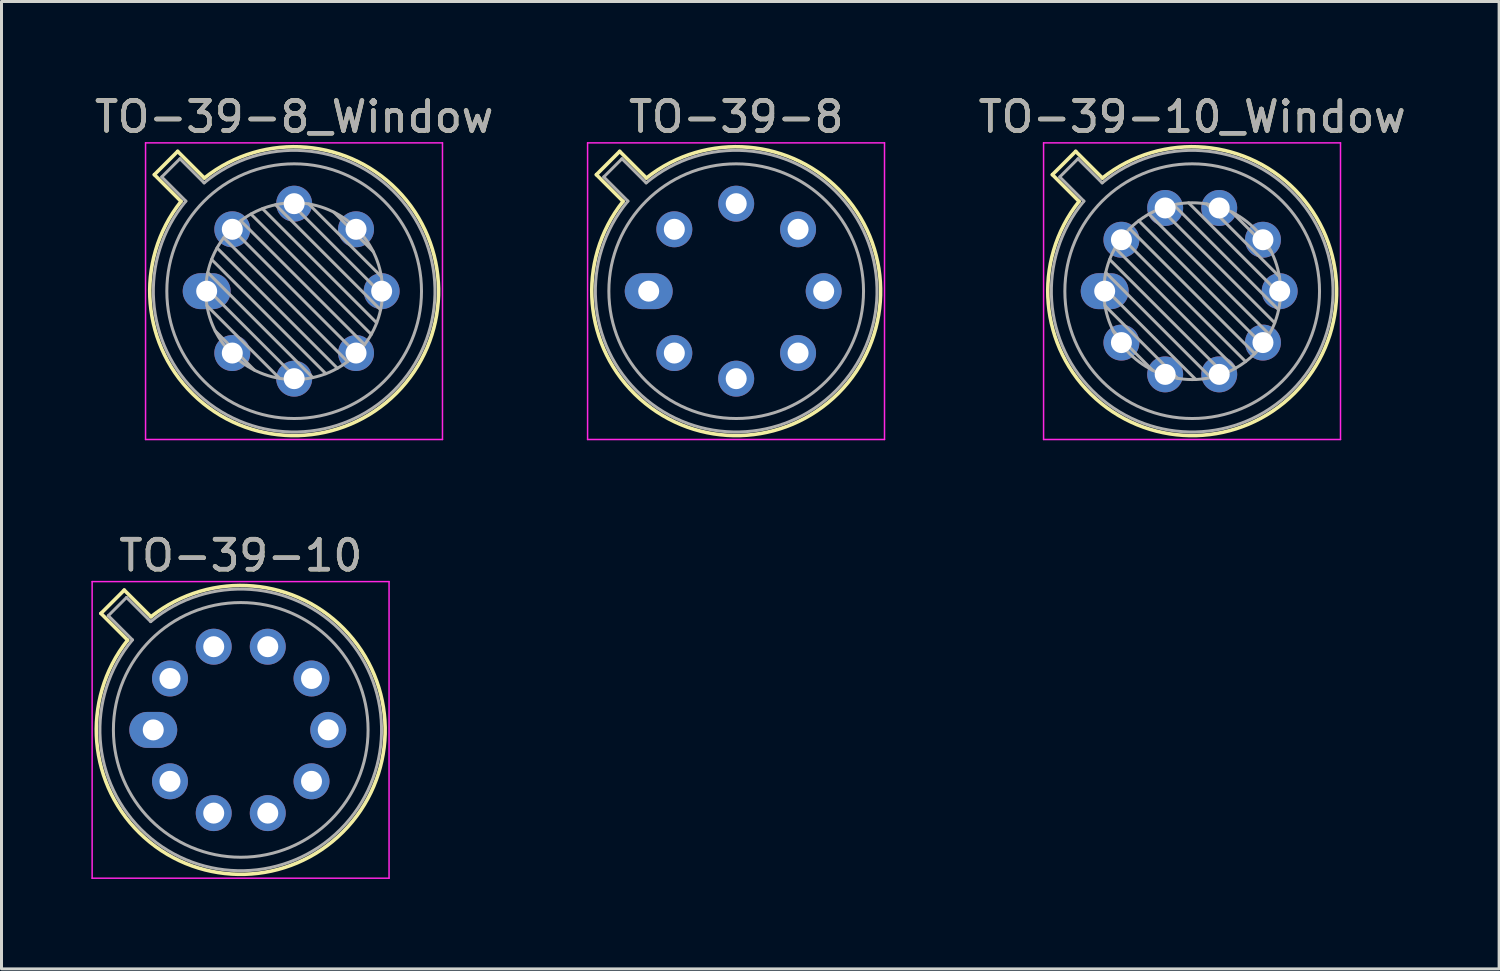
<source format=kicad_pcb>
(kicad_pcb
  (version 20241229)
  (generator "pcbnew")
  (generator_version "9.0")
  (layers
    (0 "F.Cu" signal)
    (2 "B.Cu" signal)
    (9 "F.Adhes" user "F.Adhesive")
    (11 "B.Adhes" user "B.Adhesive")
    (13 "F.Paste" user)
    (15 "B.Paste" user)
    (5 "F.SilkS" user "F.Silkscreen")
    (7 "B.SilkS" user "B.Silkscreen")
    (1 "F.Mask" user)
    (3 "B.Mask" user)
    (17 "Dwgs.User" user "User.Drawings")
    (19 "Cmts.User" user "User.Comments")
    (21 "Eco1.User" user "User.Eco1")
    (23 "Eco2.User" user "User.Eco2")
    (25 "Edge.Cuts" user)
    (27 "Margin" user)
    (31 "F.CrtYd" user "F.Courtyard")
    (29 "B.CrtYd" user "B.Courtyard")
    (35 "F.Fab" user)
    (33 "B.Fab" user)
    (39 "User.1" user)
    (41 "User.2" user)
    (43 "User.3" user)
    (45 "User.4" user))
  (footprint "TO-39-10"
    (layer "F.Cu")
    (at 2.065 21.311)
    (property "Reference" "TO-39-10" (at 2.92 -5.82 0) (layer "F.SilkS") (effects (font (size 1 1) (thickness 0.15))))
    (attr through_hole)
    (fp_line (start -1.746 -3.888) (end -0.855 -2.997) (stroke (width 0.12) (type solid)) (layer "F.SilkS"))
    (fp_line (start -0.968 -4.666) (end -1.746 -3.888) (stroke (width 0.12) (type solid)) (layer "F.SilkS"))
    (fp_line (start -0.077 -3.775) (end -0.968 -4.666) (stroke (width 0.12) (type solid)) (layer "F.SilkS"))
    (fp_arc (start -0.077084 -3.774902) (mid 6.328125 3.408384) (end -0.854674 -2.997371) (stroke (width 0.12) (type solid)) (layer "F.SilkS"))
    (fp_line (start -2.04 -4.95) (end -2.04 4.95) (stroke (width 0.05) (type solid)) (layer "F.CrtYd"))
    (fp_line (start -2.04 4.95) (end 7.87 4.95) (stroke (width 0.05) (type solid)) (layer "F.CrtYd"))
    (fp_line (start 7.87 -4.95) (end -2.04 -4.95) (stroke (width 0.05) (type solid)) (layer "F.CrtYd"))
    (fp_line (start 7.87 4.95) (end 7.87 -4.95) (stroke (width 0.05) (type solid)) (layer "F.CrtYd"))
    (fp_line (start -1.5 -3.812) (end -0.694 -3.005) (stroke (width 0.1) (type solid)) (layer "F.Fab"))
    (fp_line (start -0.892 -4.42) (end -1.5 -3.812) (stroke (width 0.1) (type solid)) (layer "F.Fab"))
    (fp_line (start -0.085 -3.614) (end -0.892 -4.42) (stroke (width 0.1) (type solid)) (layer "F.Fab"))
    (fp_arc (start -0.085408 -3.61352) (mid 6.243443 3.323361) (end -0.693594 -3.005319) (stroke (width 0.1) (type solid)) (layer "F.Fab"))
    (fp_circle (center 2.92 0) (end 7.17 0) (stroke (width 0.1) (type solid)) (fill no) (layer "F.Fab"))
    (fp_text user "${REFERENCE}" (at 2.92 -5.82 0) (layer "F.Fab") (effects (font (size 1 1) (thickness 0.15))))
    (pad "1" thru_hole oval (at 0 0) (size 1.6 1.2) (drill 0.7) (layers "*.Cu" "*.Mask"))
    (pad "2" thru_hole oval (at 0.558 1.716) (size 1.2 1.2) (drill 0.7) (layers "*.Cu" "*.Mask"))
    (pad "3" thru_hole oval (at 2.018 2.777) (size 1.2 1.2) (drill 0.7) (layers "*.Cu" "*.Mask"))
    (pad "4" thru_hole oval (at 3.822 2.777) (size 1.2 1.2) (drill 0.7) (layers "*.Cu" "*.Mask"))
    (pad "5" thru_hole oval (at 5.282 1.716) (size 1.2 1.2) (drill 0.7) (layers "*.Cu" "*.Mask"))
    (pad "6" thru_hole oval (at 5.84 0) (size 1.2 1.2) (drill 0.7) (layers "*.Cu" "*.Mask"))
    (pad "7" thru_hole oval (at 5.282 -1.716) (size 1.2 1.2) (drill 0.7) (layers "*.Cu" "*.Mask"))
    (pad "8" thru_hole oval (at 3.822 -2.777) (size 1.2 1.2) (drill 0.7) (layers "*.Cu" "*.Mask"))
    (pad "9" thru_hole oval (at 2.018 -2.777) (size 1.2 1.2) (drill 0.7) (layers "*.Cu" "*.Mask"))
    (pad "10" thru_hole oval (at 0.558 -1.716) (size 1.2 1.2) (drill 0.7) (layers "*.Cu" "*.Mask")))
  (footprint "TO-39-8_Window"
    (layer "F.Cu")
    (at 3.848 6.668)
    (property "Reference" "TO-39-8_Window" (at 2.92 -5.82 0) (layer "F.SilkS") (effects (font (size 1 1) (thickness 0.15))))
    (attr through_hole)
    (fp_line (start -1.746 -3.888) (end -0.855 -2.997) (stroke (width 0.12) (type solid)) (layer "F.SilkS"))
    (fp_line (start -0.968 -4.666) (end -1.746 -3.888) (stroke (width 0.12) (type solid)) (layer "F.SilkS"))
    (fp_line (start -0.077 -3.775) (end -0.968 -4.666) (stroke (width 0.12) (type solid)) (layer "F.SilkS"))
    (fp_arc (start -0.077084 -3.774902) (mid 6.328125 3.408384) (end -0.854674 -2.997371) (stroke (width 0.12) (type solid)) (layer "F.SilkS"))
    (fp_line (start -2.04 -4.95) (end -2.04 4.95) (stroke (width 0.05) (type solid)) (layer "F.CrtYd"))
    (fp_line (start -2.04 4.95) (end 7.87 4.95) (stroke (width 0.05) (type solid)) (layer "F.CrtYd"))
    (fp_line (start 7.87 -4.95) (end -2.04 -4.95) (stroke (width 0.05) (type solid)) (layer "F.CrtYd"))
    (fp_line (start 7.87 4.95) (end 7.87 -4.95) (stroke (width 0.05) (type solid)) (layer "F.CrtYd"))
    (fp_line (start -1.5 -3.812) (end -0.694 -3.005) (stroke (width 0.1) (type solid)) (layer "F.Fab"))
    (fp_line (start -0.892 -4.42) (end -1.5 -3.812) (stroke (width 0.1) (type solid)) (layer "F.Fab"))
    (fp_line (start -0.085 -3.614) (end -0.892 -4.42) (stroke (width 0.1) (type solid)) (layer "F.Fab"))
    (fp_line (start -0.028 -0.12) (end 3.04 2.948) (stroke (width 0.1) (type solid)) (layer "F.Fab"))
    (fp_line (start 0.009 0.485) (end 2.435 2.911) (stroke (width 0.1) (type solid)) (layer "F.Fab"))
    (fp_line (start 0.036 -0.622) (end 3.542 2.884) (stroke (width 0.1) (type solid)) (layer "F.Fab"))
    (fp_line (start 0.165 -1.058) (end 3.978 2.755) (stroke (width 0.1) (type solid)) (layer "F.Fab"))
    (fp_line (start 0.283 1.324) (end 1.596 2.637) (stroke (width 0.1) (type solid)) (layer "F.Fab"))
    (fp_line (start 0.346 -1.443) (end 4.363 2.574) (stroke (width 0.1) (type solid)) (layer "F.Fab"))
    (fp_line (start 0.57 -1.784) (end 4.704 2.35) (stroke (width 0.1) (type solid)) (layer "F.Fab"))
    (fp_line (start 0.834 -2.086) (end 5.006 2.086) (stroke (width 0.1) (type solid)) (layer "F.Fab"))
    (fp_line (start 1.136 -2.35) (end 5.27 1.784) (stroke (width 0.1) (type solid)) (layer "F.Fab"))
    (fp_line (start 1.477 -2.574) (end 5.494 1.443) (stroke (width 0.1) (type solid)) (layer "F.Fab"))
    (fp_line (start 1.862 -2.755) (end 5.675 1.058) (stroke (width 0.1) (type solid)) (layer "F.Fab"))
    (fp_line (start 2.298 -2.884) (end 5.804 0.622) (stroke (width 0.1) (type solid)) (layer "F.Fab"))
    (fp_line (start 2.8 -2.948) (end 5.868 0.12) (stroke (width 0.1) (type solid)) (layer "F.Fab"))
    (fp_line (start 3.405 -2.911) (end 5.831 -0.485) (stroke (width 0.1) (type solid)) (layer "F.Fab"))
    (fp_line (start 4.244 -2.637) (end 5.557 -1.324) (stroke (width 0.1) (type solid)) (layer "F.Fab"))
    (fp_arc (start -0.085408 -3.61352) (mid 6.243443 3.323361) (end -0.693594 -3.005319) (stroke (width 0.1) (type solid)) (layer "F.Fab"))
    (fp_circle (center 2.92 0) (end 5.87 0) (stroke (width 0.1) (type solid)) (fill no) (layer "F.Fab"))
    (fp_circle (center 2.92 0) (end 7.17 0) (stroke (width 0.1) (type solid)) (fill no) (layer "F.Fab"))
    (fp_text user "${REFERENCE}" (at 2.92 -5.82 0) (layer "F.Fab") (effects (font (size 1 1) (thickness 0.15))))
    (pad "1" thru_hole oval (at 0 0) (size 1.6 1.2) (drill 0.7) (layers "*.Cu" "*.Mask"))
    (pad "2" thru_hole oval (at 0.855 2.065) (size 1.2 1.2) (drill 0.7) (layers "*.Cu" "*.Mask"))
    (pad "3" thru_hole oval (at 2.92 2.92) (size 1.2 1.2) (drill 0.7) (layers "*.Cu" "*.Mask"))
    (pad "4" thru_hole oval (at 4.985 2.065) (size 1.2 1.2) (drill 0.7) (layers "*.Cu" "*.Mask"))
    (pad "5" thru_hole oval (at 5.84 0) (size 1.2 1.2) (drill 0.7) (layers "*.Cu" "*.Mask"))
    (pad "6" thru_hole oval (at 4.985 -2.065) (size 1.2 1.2) (drill 0.7) (layers "*.Cu" "*.Mask"))
    (pad "7" thru_hole oval (at 2.92 -2.92) (size 1.2 1.2) (drill 0.7) (layers "*.Cu" "*.Mask"))
    (pad "8" thru_hole oval (at 0.855 -2.065) (size 1.2 1.2) (drill 0.7) (layers "*.Cu" "*.Mask")))
  (footprint "TO-39-8"
    (layer "F.Cu")
    (at 18.601 6.668)
    (property "Reference" "TO-39-8" (at 2.92 -5.82 0) (layer "F.SilkS") (effects (font (size 1 1) (thickness 0.15))))
    (attr through_hole)
    (fp_line (start -1.746 -3.888) (end -0.855 -2.997) (stroke (width 0.12) (type solid)) (layer "F.SilkS"))
    (fp_line (start -0.968 -4.666) (end -1.746 -3.888) (stroke (width 0.12) (type solid)) (layer "F.SilkS"))
    (fp_line (start -0.077 -3.775) (end -0.968 -4.666) (stroke (width 0.12) (type solid)) (layer "F.SilkS"))
    (fp_arc (start -0.077084 -3.774902) (mid 6.328125 3.408384) (end -0.854674 -2.997371) (stroke (width 0.12) (type solid)) (layer "F.SilkS"))
    (fp_line (start -2.04 -4.95) (end -2.04 4.95) (stroke (width 0.05) (type solid)) (layer "F.CrtYd"))
    (fp_line (start -2.04 4.95) (end 7.87 4.95) (stroke (width 0.05) (type solid)) (layer "F.CrtYd"))
    (fp_line (start 7.87 -4.95) (end -2.04 -4.95) (stroke (width 0.05) (type solid)) (layer "F.CrtYd"))
    (fp_line (start 7.87 4.95) (end 7.87 -4.95) (stroke (width 0.05) (type solid)) (layer "F.CrtYd"))
    (fp_line (start -1.5 -3.812) (end -0.694 -3.005) (stroke (width 0.1) (type solid)) (layer "F.Fab"))
    (fp_line (start -0.892 -4.42) (end -1.5 -3.812) (stroke (width 0.1) (type solid)) (layer "F.Fab"))
    (fp_line (start -0.085 -3.614) (end -0.892 -4.42) (stroke (width 0.1) (type solid)) (layer "F.Fab"))
    (fp_arc (start -0.085408 -3.61352) (mid 6.243443 3.323361) (end -0.693594 -3.005319) (stroke (width 0.1) (type solid)) (layer "F.Fab"))
    (fp_circle (center 2.92 0) (end 7.17 0) (stroke (width 0.1) (type solid)) (fill no) (layer "F.Fab"))
    (fp_text user "${REFERENCE}" (at 2.92 -5.82 0) (layer "F.Fab") (effects (font (size 1 1) (thickness 0.15))))
    (pad "1" thru_hole oval (at 0 0) (size 1.6 1.2) (drill 0.7) (layers "*.Cu" "*.Mask"))
    (pad "2" thru_hole oval (at 0.855 2.065) (size 1.2 1.2) (drill 0.7) (layers "*.Cu" "*.Mask"))
    (pad "3" thru_hole oval (at 2.92 2.92) (size 1.2 1.2) (drill 0.7) (layers "*.Cu" "*.Mask"))
    (pad "4" thru_hole oval (at 4.985 2.065) (size 1.2 1.2) (drill 0.7) (layers "*.Cu" "*.Mask"))
    (pad "5" thru_hole oval (at 5.84 0) (size 1.2 1.2) (drill 0.7) (layers "*.Cu" "*.Mask"))
    (pad "6" thru_hole oval (at 4.985 -2.065) (size 1.2 1.2) (drill 0.7) (layers "*.Cu" "*.Mask"))
    (pad "7" thru_hole oval (at 2.92 -2.92) (size 1.2 1.2) (drill 0.7) (layers "*.Cu" "*.Mask"))
    (pad "8" thru_hole oval (at 0.855 -2.065) (size 1.2 1.2) (drill 0.7) (layers "*.Cu" "*.Mask")))
  (footprint "TO-39-10_Window"
    (layer "F.Cu")
    (at 33.82 6.668)
    (property "Reference" "TO-39-10_Window" (at 2.92 -5.82 0) (layer "F.SilkS") (effects (font (size 1 1) (thickness 0.15))))
    (attr through_hole)
    (fp_line (start -1.746 -3.888) (end -0.855 -2.997) (stroke (width 0.12) (type solid)) (layer "F.SilkS"))
    (fp_line (start -0.968 -4.666) (end -1.746 -3.888) (stroke (width 0.12) (type solid)) (layer "F.SilkS"))
    (fp_line (start -0.077 -3.775) (end -0.968 -4.666) (stroke (width 0.12) (type solid)) (layer "F.SilkS"))
    (fp_arc (start -0.077084 -3.774902) (mid 6.328125 3.408384) (end -0.854674 -2.997371) (stroke (width 0.12) (type solid)) (layer "F.SilkS"))
    (fp_line (start -2.04 -4.95) (end -2.04 4.95) (stroke (width 0.05) (type solid)) (layer "F.CrtYd"))
    (fp_line (start -2.04 4.95) (end 7.87 4.95) (stroke (width 0.05) (type solid)) (layer "F.CrtYd"))
    (fp_line (start 7.87 -4.95) (end -2.04 -4.95) (stroke (width 0.05) (type solid)) (layer "F.CrtYd"))
    (fp_line (start 7.87 4.95) (end 7.87 -4.95) (stroke (width 0.05) (type solid)) (layer "F.CrtYd"))
    (fp_line (start -1.5 -3.812) (end -0.694 -3.005) (stroke (width 0.1) (type solid)) (layer "F.Fab"))
    (fp_line (start -0.892 -4.42) (end -1.5 -3.812) (stroke (width 0.1) (type solid)) (layer "F.Fab"))
    (fp_line (start -0.085 -3.614) (end -0.892 -4.42) (stroke (width 0.1) (type solid)) (layer "F.Fab"))
    (fp_line (start -0.028 -0.12) (end 3.04 2.948) (stroke (width 0.1) (type solid)) (layer "F.Fab"))
    (fp_line (start 0.009 0.485) (end 2.435 2.911) (stroke (width 0.1) (type solid)) (layer "F.Fab"))
    (fp_line (start 0.036 -0.622) (end 3.542 2.884) (stroke (width 0.1) (type solid)) (layer "F.Fab"))
    (fp_line (start 0.165 -1.058) (end 3.978 2.755) (stroke (width 0.1) (type solid)) (layer "F.Fab"))
    (fp_line (start 0.283 1.324) (end 1.596 2.637) (stroke (width 0.1) (type solid)) (layer "F.Fab"))
    (fp_line (start 0.346 -1.443) (end 4.363 2.574) (stroke (width 0.1) (type solid)) (layer "F.Fab"))
    (fp_line (start 0.57 -1.784) (end 4.704 2.35) (stroke (width 0.1) (type solid)) (layer "F.Fab"))
    (fp_line (start 0.834 -2.086) (end 5.006 2.086) (stroke (width 0.1) (type solid)) (layer "F.Fab"))
    (fp_line (start 1.136 -2.35) (end 5.27 1.784) (stroke (width 0.1) (type solid)) (layer "F.Fab"))
    (fp_line (start 1.477 -2.574) (end 5.494 1.443) (stroke (width 0.1) (type solid)) (layer "F.Fab"))
    (fp_line (start 1.862 -2.755) (end 5.675 1.058) (stroke (width 0.1) (type solid)) (layer "F.Fab"))
    (fp_line (start 2.298 -2.884) (end 5.804 0.622) (stroke (width 0.1) (type solid)) (layer "F.Fab"))
    (fp_line (start 2.8 -2.948) (end 5.868 0.12) (stroke (width 0.1) (type solid)) (layer "F.Fab"))
    (fp_line (start 3.405 -2.911) (end 5.831 -0.485) (stroke (width 0.1) (type solid)) (layer "F.Fab"))
    (fp_line (start 4.244 -2.637) (end 5.557 -1.324) (stroke (width 0.1) (type solid)) (layer "F.Fab"))
    (fp_arc (start -0.085408 -3.61352) (mid 6.243443 3.323361) (end -0.693594 -3.005319) (stroke (width 0.1) (type solid)) (layer "F.Fab"))
    (fp_circle (center 2.92 0) (end 5.87 0) (stroke (width 0.1) (type solid)) (fill no) (layer "F.Fab"))
    (fp_circle (center 2.92 0) (end 7.17 0) (stroke (width 0.1) (type solid)) (fill no) (layer "F.Fab"))
    (fp_text user "${REFERENCE}" (at 2.92 -5.82 0) (layer "F.Fab") (effects (font (size 1 1) (thickness 0.15))))
    (pad "1" thru_hole oval (at 0 0) (size 1.6 1.2) (drill 0.7) (layers "*.Cu" "*.Mask"))
    (pad "2" thru_hole oval (at 0.558 1.716) (size 1.2 1.2) (drill 0.7) (layers "*.Cu" "*.Mask"))
    (pad "3" thru_hole oval (at 2.018 2.777) (size 1.2 1.2) (drill 0.7) (layers "*.Cu" "*.Mask"))
    (pad "4" thru_hole oval (at 3.822 2.777) (size 1.2 1.2) (drill 0.7) (layers "*.Cu" "*.Mask"))
    (pad "5" thru_hole oval (at 5.282 1.716) (size 1.2 1.2) (drill 0.7) (layers "*.Cu" "*.Mask"))
    (pad "6" thru_hole oval (at 5.84 0) (size 1.2 1.2) (drill 0.7) (layers "*.Cu" "*.Mask"))
    (pad "7" thru_hole oval (at 5.282 -1.716) (size 1.2 1.2) (drill 0.7) (layers "*.Cu" "*.Mask"))
    (pad "8" thru_hole oval (at 3.822 -2.777) (size 1.2 1.2) (drill 0.7) (layers "*.Cu" "*.Mask"))
    (pad "9" thru_hole oval (at 2.018 -2.777) (size 1.2 1.2) (drill 0.7) (layers "*.Cu" "*.Mask"))
    (pad "10" thru_hole oval (at 0.558 -1.716) (size 1.2 1.2) (drill 0.7) (layers "*.Cu" "*.Mask")))
  (gr_rect
    (start -3 -3)
    (end 46.984 29.287)
    (stroke (width 0.1) (type default))
    (fill no)
    (layer "Edge.Cuts")))
</source>
